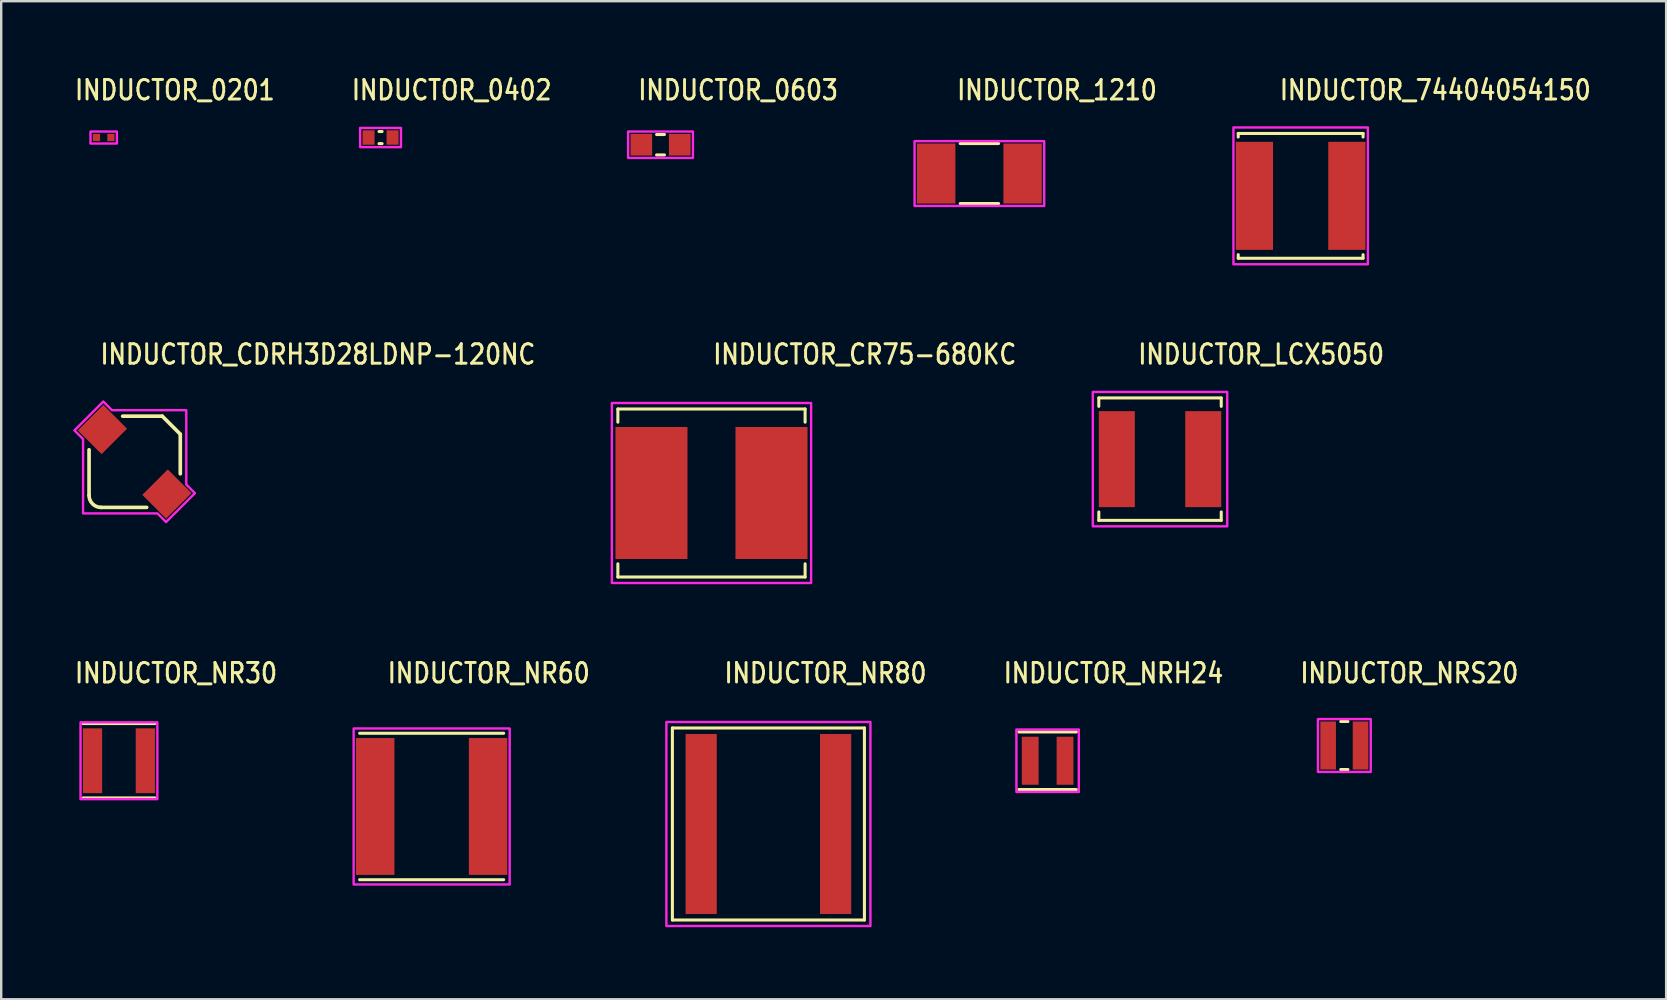
<source format=kicad_pcb>
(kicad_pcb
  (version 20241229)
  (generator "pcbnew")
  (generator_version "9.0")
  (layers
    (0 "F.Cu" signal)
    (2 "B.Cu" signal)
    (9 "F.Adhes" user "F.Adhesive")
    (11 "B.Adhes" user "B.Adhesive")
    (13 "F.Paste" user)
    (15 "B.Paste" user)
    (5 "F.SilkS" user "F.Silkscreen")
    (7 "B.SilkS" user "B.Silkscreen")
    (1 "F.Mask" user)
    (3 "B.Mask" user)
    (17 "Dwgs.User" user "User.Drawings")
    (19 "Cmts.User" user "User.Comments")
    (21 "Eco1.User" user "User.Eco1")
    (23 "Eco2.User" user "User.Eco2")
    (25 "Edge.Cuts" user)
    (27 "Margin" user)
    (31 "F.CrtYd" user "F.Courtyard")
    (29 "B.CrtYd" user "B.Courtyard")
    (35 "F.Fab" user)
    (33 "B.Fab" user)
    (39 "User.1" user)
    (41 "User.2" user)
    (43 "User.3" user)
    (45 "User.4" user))
  (footprint "INDUCTOR_NR30"
    (layer "F.Cu")
    (at 1.905 28.641)
    (property "Reference" "INDUCTOR_NR30" (at -1.905 -3.175 0) (unlocked yes) (layer "F.SilkS") (effects (font (size 0.813 0.695) (thickness 0.122)) (justify left bottom)))
    (fp_line (start -1.5 -1.55) (end 1.5 -1.55) (stroke (width 0.127) (type solid)) (layer "F.SilkS"))
    (fp_line (start -1.5 1.55) (end 1.5 1.55) (stroke (width 0.127) (type solid)) (layer "F.SilkS"))
    (fp_poly (pts (xy -1.6 -1.6) (xy 1.6 -1.6) (xy 1.6 1.6) (xy -1.6 1.6)) (stroke (width 0.1) (type solid)) (fill no) (layer "F.CrtYd"))
    (pad "P$1" smd rect (at 1.1 0) (size 0.8 2.7) (layers "F.Cu" "F.Mask" "F.Paste"))
    (pad "P$2" smd rect (at -1.1 0) (size 0.8 2.7) (layers "F.Cu" "F.Mask" "F.Paste")))
  (footprint "INDUCTOR_CDRH3D28LDNP-120NC"
    (layer "F.Cu")
    (at 2.56 16.187)
    (property "Reference" "INDUCTOR_CDRH3D28LDNP-120NC" (at -1.5 -4 0) (unlocked yes) (layer "F.SilkS") (effects (font (size 0.813 0.695) (thickness 0.122)) (justify left bottom)))
    (fp_line (start -1.9 -0.5) (end -1.9 1.4) (stroke (width 0.152) (type solid)) (layer "F.SilkS"))
    (fp_line (start -1.4 1.9) (end 0.5 1.9) (stroke (width 0.152) (type solid)) (layer "F.SilkS"))
    (fp_line (start -0.5 -1.9) (end 1.15 -1.9) (stroke (width 0.152) (type solid)) (layer "F.SilkS"))
    (fp_line (start 1.15 -1.9) (end 1.9 -1.15) (stroke (width 0.152) (type solid)) (layer "F.SilkS"))
    (fp_line (start 1.9 -1.15) (end 1.9 0.5) (stroke (width 0.152) (type solid)) (layer "F.SilkS"))
    (fp_arc (start -1.4 1.9) (mid -1.753553 1.753553) (end -1.9 1.4) (stroke (width 0.1524) (type solid)) (layer "F.SilkS"))
    (fp_poly (pts (xy -2.51 -1.308) (xy -1.308 -2.51) (xy -0.948 -2.15) (xy 2.15 -2.15) (xy 2.15 0.948) (xy 2.51 1.308) (xy 1.308 2.51) (xy 0.948 2.15) (xy -2.15 2.15) (xy -2.15 -0.948)) (stroke (width 0.1) (type solid)) (fill no) (layer "F.CrtYd"))
    (pad "P$1" smd rect (at -1.343 -1.343 315) (size 1.4 1.5) (layers "F.Cu" "F.Mask" "F.Paste"))
    (pad "P$2" smd rect (at 1.343 1.343 315) (size 1.4 1.5) (layers "F.Cu" "F.Mask" "F.Paste")))
  (footprint "INDUCTOR_NR80"
    (layer "F.Cu")
    (at 28.96 31.276)
    (property "Reference" "INDUCTOR_NR80" (at -1.905 -5.81 0) (unlocked yes) (layer "F.SilkS") (effects (font (size 0.813 0.695) (thickness 0.122)) (justify left bottom)))
    (fp_line (start -4 -4) (end -4 4) (stroke (width 0.127) (type solid)) (layer "F.SilkS"))
    (fp_line (start -4 -4) (end 4 -4) (stroke (width 0.127) (type solid)) (layer "F.SilkS"))
    (fp_line (start -4 4) (end 4 4) (stroke (width 0.127) (type solid)) (layer "F.SilkS"))
    (fp_line (start 4 -4) (end 4 4) (stroke (width 0.127) (type solid)) (layer "F.SilkS"))
    (fp_poly (pts (xy -4.25 -4.25) (xy 4.25 -4.25) (xy 4.25 4.25) (xy -4.25 4.25)) (stroke (width 0.1) (type solid)) (fill no) (layer "F.CrtYd"))
    (pad "P$1" smd rect (at 2.8 0) (size 1.3 7.5) (layers "F.Cu" "F.Mask" "F.Paste"))
    (pad "P$2" smd rect (at -2.8 0) (size 1.3 7.5) (layers "F.Cu" "F.Mask" "F.Paste")))
  (footprint "INDUCTOR_0603"
    (layer "F.Cu")
    (at 24.466 2.979)
    (property "Reference" "INDUCTOR_0603" (at -1 -1.8 0) (unlocked yes) (layer "F.SilkS") (effects (font (size 0.813 0.695) (thickness 0.122)) (justify left bottom)))
    (fp_line (start -0.164 -0.425) (end 0.164 -0.425) (stroke (width 0.127) (type solid)) (layer "F.SilkS"))
    (fp_line (start -0.164 0.425) (end 0.164 0.425) (stroke (width 0.127) (type solid)) (layer "F.SilkS"))
    (fp_poly (pts (xy -1.35 -0.55) (xy 1.35 -0.55) (xy 1.35 0.55) (xy -1.35 0.55)) (stroke (width 0.1) (type solid)) (fill no) (layer "F.CrtYd"))
    (pad "P$1" smd rect (at -0.8 0) (size 0.9 0.9) (layers "F.Cu" "F.Mask" "F.Paste"))
    (pad "P$2" smd rect (at 0.8 0) (size 0.9 0.9) (layers "F.Cu" "F.Mask" "F.Paste")))
  (footprint "INDUCTOR_NRS20"
    (layer "F.Cu")
    (at 52.952 28.006)
    (property "Reference" "INDUCTOR_NRS20" (at -1.905 -2.54 0) (unlocked yes) (layer "F.SilkS") (effects (font (size 0.813 0.695) (thickness 0.122)) (justify left bottom)))
    (fp_line (start -0.15 -1) (end 0.15 -1) (stroke (width 0.127) (type solid)) (layer "F.SilkS"))
    (fp_line (start -0.15 1) (end 0.15 1) (stroke (width 0.127) (type solid)) (layer "F.SilkS"))
    (fp_poly (pts (xy -1.1 -1.1) (xy 1.1 -1.1) (xy 1.1 1.1) (xy -1.1 1.1)) (stroke (width 0.1) (type solid)) (fill no) (layer "F.CrtYd"))
    (pad "P$1" smd rect (at 0.675 0) (size 0.65 2) (layers "F.Cu" "F.Mask" "F.Paste"))
    (pad "P$2" smd rect (at -0.675 0) (size 0.65 2) (layers "F.Cu" "F.Mask" "F.Paste")))
  (footprint "INDUCTOR_0402"
    (layer "F.Cu")
    (at 12.803 2.679)
    (property "Reference" "INDUCTOR_0402" (at -1.27 -1.5 0) (unlocked yes) (layer "F.SilkS") (effects (font (size 0.813 0.695) (thickness 0.122)) (justify left bottom)))
    (fp_line (start -0.064 -0.25) (end 0.064 -0.25) (stroke (width 0.127) (type solid)) (layer "F.SilkS"))
    (fp_line (start -0.064 0.254) (end 0.064 0.254) (stroke (width 0.127) (type solid)) (layer "F.SilkS"))
    (fp_poly (pts (xy -0.85 0.4) (xy 0.85 0.4) (xy 0.85 -0.4) (xy -0.85 -0.4)) (stroke (width 0.1) (type solid)) (fill no) (layer "F.CrtYd"))
    (pad "P$1" smd rect (at -0.5 0) (size 0.5 0.6) (layers "F.Cu" "F.Mask" "F.Paste"))
    (pad "P$2" smd rect (at 0.5 0) (size 0.5 0.6) (layers "F.Cu" "F.Mask" "F.Paste")))
  (footprint "INDUCTOR_NR60"
    (layer "F.Cu")
    (at 14.932 30.546)
    (property "Reference" "INDUCTOR_NR60" (at -1.905 -5.08 0) (unlocked yes) (layer "F.SilkS") (effects (font (size 0.813 0.695) (thickness 0.122)) (justify left bottom)))
    (fp_line (start -3 -3.05) (end 3 -3.05) (stroke (width 0.127) (type solid)) (layer "F.SilkS"))
    (fp_line (start -3 3.05) (end 3 3.05) (stroke (width 0.127) (type solid)) (layer "F.SilkS"))
    (fp_poly (pts (xy -3.25 -3.25) (xy 3.25 -3.25) (xy 3.25 3.25) (xy -3.25 3.25)) (stroke (width 0.1) (type solid)) (fill no) (layer "F.CrtYd"))
    (pad "P$1" smd rect (at 2.35 0) (size 1.6 5.7) (layers "F.Cu" "F.Mask" "F.Paste"))
    (pad "P$2" smd rect (at -2.35 0) (size 1.6 5.7) (layers "F.Cu" "F.Mask" "F.Paste")))
  (footprint "INDUCTOR_74404054150"
    (layer "F.Cu")
    (at 51.132 5.109)
    (property "Reference" "INDUCTOR_74404054150" (at -0.94 -3.93 0) (unlocked yes) (layer "F.SilkS") (effects (font (size 0.813 0.695) (thickness 0.122)) (justify left bottom)))
    (fp_line (start -2.6 -2.6) (end -2.6 -2.45) (stroke (width 0.127) (type solid)) (layer "F.SilkS"))
    (fp_line (start -2.6 -2.6) (end 2.6 -2.6) (stroke (width 0.127) (type solid)) (layer "F.SilkS"))
    (fp_line (start -2.6 2.45) (end -2.6 2.6) (stroke (width 0.127) (type solid)) (layer "F.SilkS"))
    (fp_line (start 2.6 -2.6) (end 2.6 -2.45) (stroke (width 0.127) (type solid)) (layer "F.SilkS"))
    (fp_line (start 2.6 2.45) (end 2.6 2.6) (stroke (width 0.127) (type solid)) (layer "F.SilkS"))
    (fp_line (start 2.6 2.6) (end -2.6 2.6) (stroke (width 0.127) (type solid)) (layer "F.SilkS"))
    (fp_poly (pts (xy -2.8 2.85) (xy -2.8 -2.85) (xy 2.8 -2.85) (xy 2.8 2.85)) (stroke (width 0.1) (type solid)) (fill no) (layer "F.CrtYd"))
    (pad "P$1" smd rect (at -1.925 0) (size 1.55 4.5) (layers "F.Cu" "F.Mask" "F.Paste"))
    (pad "P$2" smd rect (at 1.925 0) (size 1.55 4.5) (layers "F.Cu" "F.Mask" "F.Paste")))
  (footprint "INDUCTOR_CR75-680KC"
    (layer "F.Cu")
    (at 26.589 17.487)
    (property "Reference" "INDUCTOR_CR75-680KC" (at 0 -5.3 0) (unlocked yes) (layer "F.SilkS") (effects (font (size 0.813 0.695) (thickness 0.122)) (justify left bottom)))
    (fp_line (start -3.9 -3.5) (end -3.9 -2.95) (stroke (width 0.127) (type solid)) (layer "F.SilkS"))
    (fp_line (start -3.9 -3.5) (end 3.9 -3.5) (stroke (width 0.127) (type solid)) (layer "F.SilkS"))
    (fp_line (start -3.9 2.95) (end -3.9 3.5) (stroke (width 0.127) (type solid)) (layer "F.SilkS"))
    (fp_line (start 3.9 -3.5) (end 3.9 -2.95) (stroke (width 0.127) (type solid)) (layer "F.SilkS"))
    (fp_line (start 3.9 2.95) (end 3.9 3.5) (stroke (width 0.127) (type solid)) (layer "F.SilkS"))
    (fp_line (start 3.9 3.5) (end -3.9 3.5) (stroke (width 0.127) (type solid)) (layer "F.SilkS"))
    (fp_poly (pts (xy -4.15 -3.75) (xy 4.15 -3.75) (xy 4.15 3.75) (xy -4.15 3.75)) (stroke (width 0.1) (type solid)) (fill no) (layer "F.CrtYd"))
    (pad "P$1" smd rect (at -2.5 0) (size 3 5.5) (layers "F.Cu" "F.Mask" "F.Paste"))
    (pad "P$2" smd rect (at 2.5 0) (size 3 5.5) (layers "F.Cu" "F.Mask" "F.Paste")))
  (footprint "INDUCTOR_0201"
    (layer "F.Cu")
    (at 1.27 2.679)
    (property "Reference" "INDUCTOR_0201" (at -1.27 -1.5 0) (unlocked yes) (layer "F.SilkS") (effects (font (size 0.813 0.695) (thickness 0.122)) (justify left bottom)))
    (fp_poly (pts (xy -0.55 0.25) (xy 0.55 0.25) (xy 0.55 -0.25) (xy -0.55 -0.25)) (stroke (width 0.1) (type solid)) (fill no) (layer "F.CrtYd"))
    (pad "P$1" smd rect (at -0.3 0) (size 0.3 0.3) (layers "F.Cu" "F.Mask" "F.Paste"))
    (pad "P$2" smd rect (at 0.3 0) (size 0.3 0.3) (layers "F.Cu" "F.Mask" "F.Paste")))
  (footprint "INDUCTOR_NRH24"
    (layer "F.Cu")
    (at 40.592 28.641)
    (property "Reference" "INDUCTOR_NRH24" (at -1.905 -3.175 0) (unlocked yes) (layer "F.SilkS") (effects (font (size 0.813 0.695) (thickness 0.122)) (justify left bottom)))
    (fp_line (start -1.2 -1.2) (end 1.2 -1.2) (stroke (width 0.127) (type solid)) (layer "F.SilkS"))
    (fp_line (start -1.2 1.2) (end 1.2 1.2) (stroke (width 0.127) (type solid)) (layer "F.SilkS"))
    (fp_poly (pts (xy -1.3 -1.3) (xy 1.3 -1.3) (xy 1.3 1.3) (xy -1.3 1.3)) (stroke (width 0.1) (type solid)) (fill no) (layer "F.CrtYd"))
    (pad "P$1" smd rect (at 0.725 0) (size 0.7 2) (layers "F.Cu" "F.Mask" "F.Paste"))
    (pad "P$2" smd rect (at -0.725 0) (size 0.7 2) (layers "F.Cu" "F.Mask" "F.Paste")))
  (footprint "INDUCTOR_1210"
    (layer "F.Cu")
    (at 37.749 4.179)
    (property "Reference" "INDUCTOR_1210" (at -1 -3 0) (unlocked yes) (layer "F.SilkS") (effects (font (size 0.813 0.695) (thickness 0.122)) (justify left bottom)))
    (fp_line (start -0.8 -1.25) (end 0.8 -1.25) (stroke (width 0.127) (type solid)) (layer "F.SilkS"))
    (fp_line (start -0.8 1.25) (end 0.8 1.25) (stroke (width 0.127) (type solid)) (layer "F.SilkS"))
    (fp_poly (pts (xy -2.7 -1.35) (xy 2.7 -1.35) (xy 2.7 1.35) (xy -2.7 1.35)) (stroke (width 0.1) (type solid)) (fill no) (layer "F.CrtYd"))
    (pad "P$1" smd rect (at -1.8 0) (size 1.6 2.5) (layers "F.Cu" "F.Mask" "F.Paste"))
    (pad "P$2" smd rect (at 1.8 0) (size 1.6 2.5) (layers "F.Cu" "F.Mask" "F.Paste")))
  (footprint "INDUCTOR_LCX5050"
    (layer "F.Cu")
    (at 45.274 16.077)
    (property "Reference" "INDUCTOR_LCX5050" (at -0.98 -3.89 0) (unlocked yes) (layer "F.SilkS") (effects (font (size 0.813 0.695) (thickness 0.122)) (justify left bottom)))
    (fp_line (start -2.55 -2.55) (end -2.55 -2.2) (stroke (width 0.127) (type solid)) (layer "F.SilkS"))
    (fp_line (start -2.55 -2.55) (end 2.55 -2.55) (stroke (width 0.127) (type solid)) (layer "F.SilkS"))
    (fp_line (start -2.55 2.2) (end -2.55 2.55) (stroke (width 0.127) (type solid)) (layer "F.SilkS"))
    (fp_line (start 2.55 -2.55) (end 2.55 -2.2) (stroke (width 0.127) (type solid)) (layer "F.SilkS"))
    (fp_line (start 2.55 2.2) (end 2.55 2.55) (stroke (width 0.127) (type solid)) (layer "F.SilkS"))
    (fp_line (start 2.55 2.55) (end -2.55 2.55) (stroke (width 0.127) (type solid)) (layer "F.SilkS"))
    (fp_poly (pts (xy -2.8 -2.8) (xy 2.8 -2.8) (xy 2.8 2.8) (xy -2.8 2.8)) (stroke (width 0.1) (type solid)) (fill no) (layer "F.CrtYd"))
    (pad "P$1" smd rect (at -1.8 0) (size 1.5 4) (layers "F.Cu" "F.Mask" "F.Paste"))
    (pad "P$2" smd rect (at 1.8 0) (size 1.5 4) (layers "F.Cu" "F.Mask" "F.Paste")))
  (gr_rect
    (start -3 -3)
    (end 66.358 38.576)
    (stroke (width 0.1) (type default))
    (fill no)
    (layer "Edge.Cuts")))
</source>
